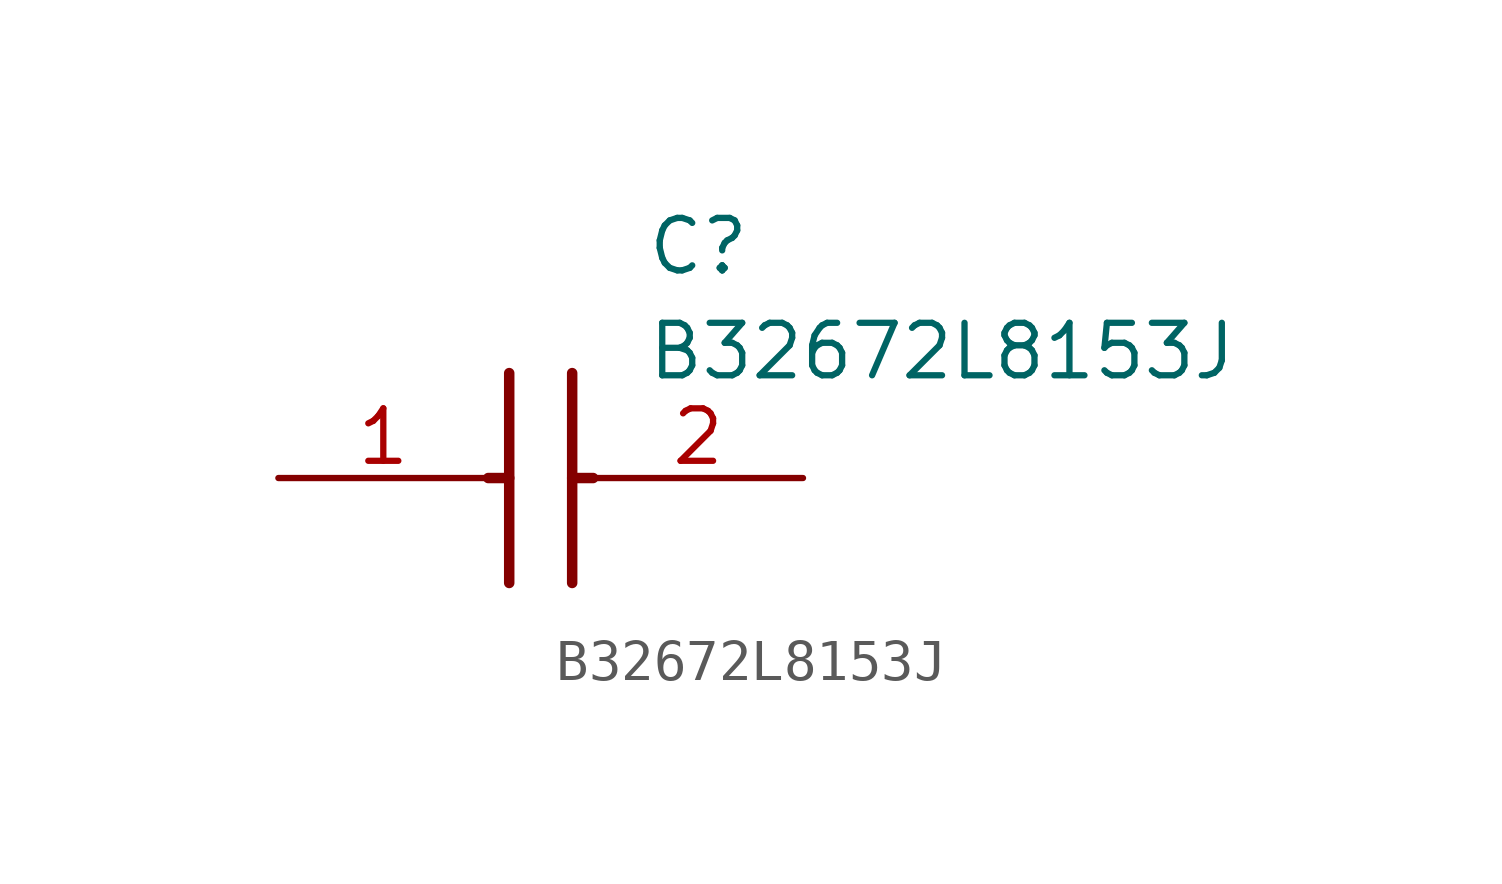
<source format=kicad_sym>
(kicad_symbol_lib
  (version 20211014)
  (generator SamacSys_ECAD_Model)
  (symbol "B32672L8153J"
    (pin_names hide)
    (property "Reference" "C"
      (at 8.89 6.35 0)
      (effects (font (size 1.27 1.27)) (justify left top)))
    (property "Value" "B32672L8153J"
      (at 8.89 3.81 0)
      (effects (font (size 1.27 1.27)) (justify left top)))
    (polyline
      (pts (xy 5.588 2.54) (xy 5.588 -2.54))
      (stroke (width 0.254) (type default))
      (fill (type none)))
    (polyline
      (pts (xy 7.112 2.54) (xy 7.112 -2.54))
      (stroke (width 0.254) (type default))
      (fill (type none)))
    (polyline
      (pts (xy 5.08 0) (xy 5.588 0))
      (stroke (width 0.254) (type default))
      (fill (type none)))
    (polyline
      (pts (xy 7.112 0) (xy 7.62 0))
      (stroke (width 0.254) (type default))
      (fill (type none)))
    (pin passive line
      (at 0 0 0)
      (length 5.08)
      (name "1" (effects (font (size 1.27 1.27))))
      (number "1" (effects (font (size 1.27 1.27)))))
    (pin passive line
      (at 12.7 0 180)
      (length 5.08)
      (name "2" (effects (font (size 1.27 1.27))))
      (number "2" (effects (font (size 1.27 1.27)))))))
</source>
